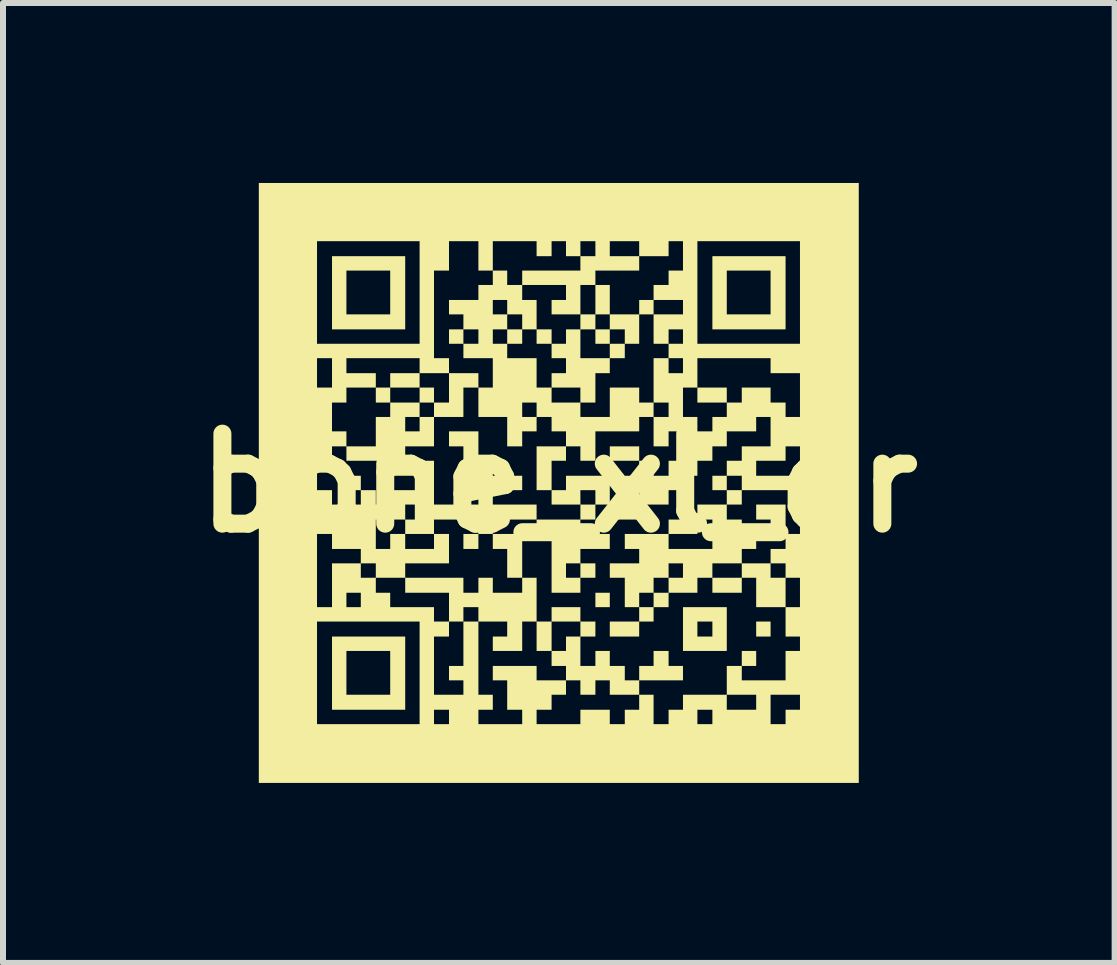
<source format=kicad_pcb>
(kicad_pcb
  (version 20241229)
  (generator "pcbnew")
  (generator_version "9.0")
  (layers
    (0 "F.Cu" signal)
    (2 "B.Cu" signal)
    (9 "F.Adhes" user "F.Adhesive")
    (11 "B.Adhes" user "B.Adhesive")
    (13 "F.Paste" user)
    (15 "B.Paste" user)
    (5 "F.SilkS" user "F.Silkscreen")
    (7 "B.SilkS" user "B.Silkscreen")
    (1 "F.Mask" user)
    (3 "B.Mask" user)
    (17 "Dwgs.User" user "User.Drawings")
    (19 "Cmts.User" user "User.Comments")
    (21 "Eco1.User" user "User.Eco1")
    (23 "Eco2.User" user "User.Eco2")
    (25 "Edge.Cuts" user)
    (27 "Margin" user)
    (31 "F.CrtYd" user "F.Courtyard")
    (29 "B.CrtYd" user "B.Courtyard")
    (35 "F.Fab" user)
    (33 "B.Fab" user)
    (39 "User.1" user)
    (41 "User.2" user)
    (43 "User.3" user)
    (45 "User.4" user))
  (footprint "bone_xl_qr"
    (layer "F.Cu")
    (at 6.264 5)
    (property "Reference" "bone_xl_qr" (at 0 0 0) (layer "F.SilkS") (effects (font (size 1.5 1.5) (thickness 0.3))))
    (attr board_only exclude_from_pos_files exclude_from_bom)
    (fp_poly (pts (xy -3.3 0) (xy -3.3 0.12) (xy -3.42 0.12) (xy -3.54 0.12) (xy -3.54 0) (xy -3.54 -0.12) (xy -3.42 -0.12) (xy -3.3 -0.12)) (stroke (width 0) (type solid)) (fill yes) (layer "F.SilkS"))
    (fp_poly (pts (xy -1.34 0.975) (xy -1.34 1.1) (xy -1.465 1.1) (xy -1.59 1.1) (xy -1.59 0.975) (xy -1.59 0.85) (xy -1.465 0.85) (xy -1.34 0.85)) (stroke (width 0) (type solid)) (fill yes) (layer "F.SilkS"))
    (fp_poly (pts (xy -0.61 -2.44) (xy -0.61 -2.32) (xy -0.735 -2.32) (xy -0.86 -2.32) (xy -0.86 -2.44) (xy -0.86 -2.56) (xy -0.735 -2.56) (xy -0.61 -2.56)) (stroke (width 0) (type solid)) (fill yes) (layer "F.SilkS"))
    (fp_poly (pts (xy 0.85 -2.44) (xy 0.85 -2.32) (xy 0.73 -2.32) (xy 0.61 -2.32) (xy 0.61 -2.44) (xy 0.61 -2.56) (xy 0.73 -2.56) (xy 0.85 -2.56)) (stroke (width 0) (type solid)) (fill yes) (layer "F.SilkS"))
    (fp_poly (pts (xy 0.85 1.95) (xy 0.85 2.07) (xy 0.73 2.07) (xy 0.61 2.07) (xy 0.61 1.95) (xy 0.61 1.83) (xy 0.73 1.83) (xy 0.85 1.83)) (stroke (width 0) (type solid)) (fill yes) (layer "F.SilkS"))
    (fp_poly (pts (xy 1.34 -0.49) (xy 1.34 -0.37) (xy 1.095 -0.37) (xy 0.85 -0.37) (xy 0.85 -0.49) (xy 0.85 -0.61) (xy 1.095 -0.61) (xy 1.34 -0.61)) (stroke (width 0) (type solid)) (fill yes) (layer "F.SilkS"))
    (fp_poly (pts (xy 1.34 0.485) (xy 1.34 0.61) (xy 1.095 0.61) (xy 0.85 0.61) (xy 0.85 0.485) (xy 0.85 0.36) (xy 1.095 0.36) (xy 1.34 0.36)) (stroke (width 0) (type solid)) (fill yes) (layer "F.SilkS"))
    (fp_poly (pts (xy 2.8 -1.465) (xy 2.8 -1.34) (xy 2.555 -1.34) (xy 2.31 -1.34) (xy 2.31 -1.465) (xy 2.31 -1.59) (xy 2.555 -1.59) (xy 2.8 -1.59)) (stroke (width 0) (type solid)) (fill yes) (layer "F.SilkS"))
    (fp_poly (pts (xy 2.8 0) (xy 2.8 0.12) (xy 2.68 0.12) (xy 2.56 0.12) (xy 2.56 0) (xy 2.56 -0.12) (xy 2.68 -0.12) (xy 2.8 -0.12)) (stroke (width 0) (type solid)) (fill yes) (layer "F.SilkS"))
    (fp_poly (pts (xy 3.29 2.925) (xy 3.29 3.05) (xy 3.17 3.05) (xy 3.05 3.05) (xy 3.05 2.925) (xy 3.05 2.8) (xy 3.17 2.8) (xy 3.29 2.8)) (stroke (width 0) (type solid)) (fill yes) (layer "F.SilkS"))
    (fp_poly (pts (xy 3.53 2.435) (xy 3.53 2.56) (xy 3.41 2.56) (xy 3.29 2.56) (xy 3.29 2.435) (xy 3.29 2.31) (xy 3.41 2.31) (xy 3.53 2.31)) (stroke (width 0) (type solid)) (fill yes) (layer "F.SilkS"))
    (fp_poly (pts (xy -0.61 1.215) (xy -0.61 1.58) (xy -0.735 1.58) (xy -0.86 1.58) (xy -0.86 1.34) (xy -0.86 1.1) (xy -0.98 1.1) (xy -1.1 1.1) (xy -1.1 0.975) (xy -1.1 0.85) (xy -0.855 0.85) (xy -0.61 0.85)) (stroke (width 0) (type solid)) (fill yes) (layer "F.SilkS"))
    (fp_poly (pts (xy 3.78 0.605) (xy 3.78 0.85) (xy 3.655 0.85) (xy 3.53 0.85) (xy 3.53 0.73) (xy 3.53 0.61) (xy 3.41 0.61) (xy 3.29 0.61) (xy 3.29 0.485) (xy 3.29 0.36) (xy 3.535 0.36) (xy 3.78 0.36)) (stroke (width 0) (type solid)) (fill yes) (layer "F.SilkS"))
    (fp_poly (pts (xy -2.32 -1.71) (xy -2.32 -1.59) (xy -2.565 -1.59) (xy -2.81 -1.59) (xy -2.81 -1.465) (xy -2.81 -1.34) (xy -2.93 -1.34) (xy -3.05 -1.34) (xy -3.05 -1.465) (xy -3.05 -1.59) (xy -2.93 -1.59) (xy -2.81 -1.59) (xy -2.81 -1.71) (xy -2.81 -1.83) (xy -2.565 -1.83) (xy -2.32 -1.83)) (stroke (width 0) (type solid)) (fill yes) (layer "F.SilkS"))
    (fp_poly (pts (xy 2.8 2.435) (xy 2.8 2.8) (xy 2.435 2.8) (xy 2.07 2.8) (xy 2.07 2.435) (xy 2.31 2.435) (xy 2.31 2.56) (xy 2.435 2.56) (xy 2.56 2.56) (xy 2.56 2.435) (xy 2.56 2.31) (xy 2.435 2.31) (xy 2.31 2.31) (xy 2.31 2.435) (xy 2.07 2.435) (xy 2.07 2.07) (xy 2.435 2.07) (xy 2.8 2.07)) (stroke (width 0) (type solid)) (fill yes) (layer "F.SilkS"))
    (fp_poly (pts (xy -2.56 -3.17) (xy -2.56 -2.56) (xy -3.17 -2.56) (xy -3.78 -2.56) (xy -3.78 -3.17) (xy -3.78 -3.175) (xy -3.54 -3.175) (xy -3.54 -2.81) (xy -3.175 -2.81) (xy -2.81 -2.81) (xy -2.81 -3.175) (xy -2.81 -3.54) (xy -3.175 -3.54) (xy -3.54 -3.54) (xy -3.54 -3.175) (xy -3.78 -3.175) (xy -3.78 -3.78) (xy -3.17 -3.78) (xy -2.56 -3.78)) (stroke (width 0) (type solid)) (fill yes) (layer "F.SilkS"))
    (fp_poly (pts (xy -2.56 3.17) (xy -2.56 3.78) (xy -3.17 3.78) (xy -3.78 3.78) (xy -3.78 3.17) (xy -3.78 3.165) (xy -3.54 3.165) (xy -3.54 3.53) (xy -3.175 3.53) (xy -2.81 3.53) (xy -2.81 3.165) (xy -2.81 2.8) (xy -3.175 2.8) (xy -3.54 2.8) (xy -3.54 3.165) (xy -3.78 3.165) (xy -3.78 2.56) (xy -3.17 2.56) (xy -2.56 2.56)) (stroke (width 0) (type solid)) (fill yes) (layer "F.SilkS"))
    (fp_poly (pts (xy 3.78 -3.17) (xy 3.78 -2.56) (xy 3.17 -2.56) (xy 2.56 -2.56) (xy 2.56 -3.17) (xy 2.56 -3.175) (xy 2.8 -3.175) (xy 2.8 -2.81) (xy 3.165 -2.81) (xy 3.53 -2.81) (xy 3.53 -3.175) (xy 3.53 -3.54) (xy 3.165 -3.54) (xy 2.8 -3.54) (xy 2.8 -3.175) (xy 2.56 -3.175) (xy 2.56 -3.78) (xy 3.17 -3.78) (xy 3.78 -3.78)) (stroke (width 0) (type solid)) (fill yes) (layer "F.SilkS"))
    (fp_poly (pts (xy -1.59 1.705) (xy -1.59 1.83) (xy -1.465 1.83) (xy -1.34 1.83) (xy -1.34 1.705) (xy -1.34 1.58) (xy -1.22 1.58) (xy -1.1 1.58) (xy -1.1 1.705) (xy -1.1 1.83) (xy -0.855 1.83) (xy -0.61 1.83) (xy -0.61 1.705) (xy -0.61 1.58) (xy -0.49 1.58) (xy -0.37 1.58) (xy -0.37 1.945) (xy -0.37 2.31) (xy -0.245 2.31) (xy -0.12 2.31) (xy -0.12 2.19) (xy -0.12 2.07) (xy 0.12 2.07) (xy 0.36 2.07) (xy 0.36 2.19) (xy 0.36 2.31) (xy 0.12 2.31) (xy -0.12 2.31) (xy -0.12 2.555) (xy -0.12 2.8) (xy 0 2.8) (xy 0.12 2.8) (xy 0.12 2.68) (xy 0.12 2.56) (xy 0.24 2.56) (xy 0.36 2.56) (xy 0.36 2.435) (xy 0.36 2.31) (xy 0.485 2.31) (xy 0.61 2.31) (xy 0.61 2.435) (xy 0.61 2.56) (xy 0.485 2.56) (xy 0.36 2.56) (xy 0.36 2.805) (xy 0.36 3.05) (xy 0.485 3.05) (xy 0.61 3.05) (xy 0.61 2.925) (xy 0.61 2.8) (xy 0.73 2.8) (xy 0.85 2.8) (xy 0.85 2.925) (xy 0.85 3.05) (xy 0.975 3.05) (xy 1.1 3.05) (xy 1.1 3.17) (xy 1.1 3.29) (xy 1.22 3.29) (xy 1.34 3.29) (xy 1.34 3.17) (xy 1.34 3.05) (xy 1.46 3.05) (xy 1.58 3.05) (xy 1.58 2.925) (xy 1.58 2.8) (xy 1.705 2.8) (xy 1.83 2.8) (xy 1.83 2.925) (xy 1.83 3.05) (xy 1.95 3.05) (xy 2.07 3.05) (xy 2.07 3.17) (xy 2.07 3.29) (xy 1.705 3.29) (xy 1.34 3.29) (xy 1.34 3.41) (xy 1.34 3.53) (xy 1.095 3.53) (xy 0.85 3.53) (xy 0.85 3.41) (xy 0.85 3.29) (xy 0.73 3.29) (xy 0.61 3.29) (xy 0.61 3.41) (xy 0.61 3.53) (xy 0.485 3.53) (xy 0.36 3.53) (xy 0.36 3.41) (xy 0.36 3.29) (xy 0.24 3.29) (xy 0.12 3.29) (xy 0.12 3.17) (xy 0.12 3.05) (xy 0 3.05) (xy -0.12 3.05) (xy -0.12 2.925) (xy -0.12 2.8) (xy -0.245 2.8) (xy -0.37 2.8) (xy -0.37 2.555) (xy -0.37 2.31) (xy -0.49 2.31) (xy -0.61 2.31) (xy -0.61 2.555) (xy -0.61 2.8) (xy -0.855 2.8) (xy -1.1 2.8) (xy -1.1 2.68) (xy -1.1 2.56) (xy -0.98 2.56) (xy -0.86 2.56) (xy -0.86 2.435) (xy -0.86 2.31) (xy -1.1 2.31) (xy -1.34 2.31) (xy -1.34 2.19) (xy -1.34 2.07) (xy -1.465 2.07) (xy -1.59 2.07) (xy -1.59 2.19) (xy -1.59 2.31) (xy -1.71 2.31) (xy -1.83 2.31) (xy -1.83 2.07) (xy -1.83 1.83) (xy -2.195 1.83) (xy -2.56 1.83) (xy -2.56 1.705) (xy -2.56 1.58) (xy -2.075 1.58) (xy -1.59 1.58)) (stroke (width 0) (type solid)) (fill yes) (layer "F.SilkS"))
    (fp_poly (pts (xy 3.05 0.24) (xy 3.05 0.36) (xy 2.925 0.36) (xy 2.8 0.36) (xy 2.8 0.485) (xy 2.8 0.61) (xy 2.925 0.61) (xy 3.05 0.61) (xy 3.05 0.73) (xy 3.05 0.85) (xy 3.17 0.85) (xy 3.29 0.85) (xy 3.29 0.975) (xy 3.29 1.1) (xy 3.17 1.1) (xy 3.05 1.1) (xy 3.05 1.22) (xy 3.05 1.34) (xy 2.805 1.34) (xy 2.56 1.34) (xy 2.56 1.46) (xy 2.56 1.58) (xy 2.805 1.58) (xy 3.05 1.58) (xy 3.05 1.46) (xy 3.05 1.34) (xy 3.29 1.34) (xy 3.53 1.34) (xy 3.53 1.46) (xy 3.53 1.58) (xy 3.655 1.58) (xy 3.78 1.58) (xy 3.78 1.825) (xy 3.78 2.07) (xy 3.535 2.07) (xy 3.29 2.07) (xy 3.29 1.825) (xy 3.29 1.58) (xy 3.17 1.58) (xy 3.05 1.58) (xy 3.05 1.705) (xy 3.05 1.83) (xy 2.805 1.83) (xy 2.56 1.83) (xy 2.56 1.705) (xy 2.56 1.58) (xy 2.435 1.58) (xy 2.31 1.58) (xy 2.31 1.705) (xy 2.31 1.83) (xy 2.07 1.83) (xy 1.83 1.83) (xy 1.83 1.95) (xy 1.83 2.07) (xy 1.705 2.07) (xy 1.58 2.07) (xy 1.58 2.19) (xy 1.58 2.31) (xy 1.46 2.31) (xy 1.34 2.31) (xy 1.34 2.435) (xy 1.34 2.56) (xy 1.095 2.56) (xy 0.85 2.56) (xy 0.85 2.435) (xy 0.85 2.31) (xy 1.095 2.31) (xy 1.34 2.31) (xy 1.34 2.19) (xy 1.34 2.07) (xy 1.22 2.07) (xy 1.1 2.07) (xy 1.1 1.83) (xy 1.34 1.83) (xy 1.34 1.95) (xy 1.34 2.07) (xy 1.46 2.07) (xy 1.58 2.07) (xy 1.58 1.95) (xy 1.58 1.83) (xy 1.705 1.83) (xy 1.83 1.83) (xy 1.83 1.705) (xy 1.83 1.58) (xy 1.95 1.58) (xy 2.07 1.58) (xy 2.07 1.46) (xy 2.07 1.34) (xy 1.95 1.34) (xy 1.83 1.34) (xy 1.83 1.46) (xy 1.83 1.58) (xy 1.705 1.58) (xy 1.58 1.58) (xy 1.58 1.705) (xy 1.58 1.83) (xy 1.46 1.83) (xy 1.34 1.83) (xy 1.1 1.83) (xy 1.1 1.825) (xy 1.1 1.58) (xy 0.975 1.58) (xy 0.85 1.58) (xy 0.85 1.46) (xy 0.85 1.34) (xy 1.095 1.34) (xy 1.34 1.34) (xy 1.34 1.22) (xy 1.34 1.1) (xy 1.22 1.1) (xy 1.1 1.1) (xy 1.1 0.975) (xy 1.1 0.85) (xy 1.465 0.85) (xy 1.83 0.85) (xy 1.83 0.975) (xy 1.83 1.1) (xy 2.195 1.1) (xy 2.56 1.1) (xy 2.56 0.855) (xy 2.56 0.61) (xy 2.435 0.61) (xy 2.31 0.61) (xy 2.31 0.73) (xy 2.31 0.85) (xy 2.07 0.85) (xy 1.83 0.85) (xy 1.83 0.73) (xy 1.83 0.61) (xy 2.07 0.61) (xy 2.31 0.61) (xy 2.31 0.485) (xy 2.31 0.36) (xy 2.555 0.36) (xy 2.8 0.36) (xy 2.8 0.24) (xy 2.8 0.12) (xy 2.925 0.12) (xy 3.05 0.12)) (stroke (width 0) (type solid)) (fill yes) (layer "F.SilkS"))
    (fp_poly (pts (xy -0.86 -3.42) (xy -0.86 -3.3) (xy -0.735 -3.3) (xy -0.61 -3.3) (xy -0.61 -3.175) (xy -0.61 -3.05) (xy -0.49 -3.05) (xy -0.37 -3.05) (xy -0.37 -2.805) (xy -0.37 -2.56) (xy -0.49 -2.56) (xy -0.61 -2.56) (xy -0.61 -2.685) (xy -0.61 -2.81) (xy -0.735 -2.81) (xy -0.86 -2.81) (xy -0.86 -2.685) (xy -0.86 -2.56) (xy -0.98 -2.56) (xy -1.1 -2.56) (xy -1.1 -2.44) (xy -1.1 -2.32) (xy -0.98 -2.32) (xy -0.86 -2.32) (xy -0.86 -2.2) (xy -0.86 -2.08) (xy -0.615 -2.08) (xy -0.37 -2.08) (xy -0.37 -1.835) (xy -0.37 -1.59) (xy -0.245 -1.59) (xy -0.12 -1.59) (xy -0.12 -1.71) (xy -0.12 -1.83) (xy 0 -1.83) (xy 0.12 -1.83) (xy 0.12 -1.955) (xy 0.12 -2.08) (xy 0 -2.08) (xy -0.12 -2.08) (xy -0.12 -2.2) (xy -0.12 -2.32) (xy -0.245 -2.32) (xy -0.37 -2.32) (xy -0.37 -2.44) (xy -0.37 -2.56) (xy -0.245 -2.56) (xy -0.12 -2.56) (xy -0.12 -2.44) (xy -0.12 -2.32) (xy 0 -2.32) (xy 0.12 -2.32) (xy 0.12 -2.44) (xy 0.12 -2.56) (xy 0.24 -2.56) (xy 0.36 -2.56) (xy 0.36 -2.32) (xy 0.36 -2.08) (xy 0.605 -2.08) (xy 0.85 -2.08) (xy 0.85 -2.2) (xy 0.85 -2.32) (xy 0.975 -2.32) (xy 1.1 -2.32) (xy 1.1 -2.44) (xy 1.1 -2.56) (xy 0.975 -2.56) (xy 0.85 -2.56) (xy 0.85 -2.685) (xy 0.85 -2.81) (xy 0.73 -2.81) (xy 0.61 -2.81) (xy 0.61 -2.685) (xy 0.61 -2.56) (xy 0.485 -2.56) (xy 0.36 -2.56) (xy 0.36 -2.685) (xy 0.36 -2.81) (xy 0.485 -2.81) (xy 0.61 -2.81) (xy 0.61 -3.055) (xy 0.61 -3.3) (xy 0.73 -3.3) (xy 0.85 -3.3) (xy 0.85 -3.055) (xy 0.85 -2.81) (xy 1.095 -2.81) (xy 1.34 -2.81) (xy 1.34 -2.93) (xy 1.34 -3.05) (xy 1.46 -3.05) (xy 1.58 -3.05) (xy 1.58 -2.93) (xy 1.58 -2.81) (xy 1.46 -2.81) (xy 1.34 -2.81) (xy 1.34 -2.565) (xy 1.34 -2.32) (xy 1.22 -2.32) (xy 1.1 -2.32) (xy 1.1 -2.2) (xy 1.1 -2.08) (xy 0.975 -2.08) (xy 0.85 -2.08) (xy 0.85 -1.955) (xy 0.85 -1.83) (xy 0.73 -1.83) (xy 0.61 -1.83) (xy 0.61 -1.585) (xy 0.61 -1.34) (xy 0.485 -1.34) (xy 0.36 -1.34) (xy 0.36 -1.22) (xy 0.36 -1.1) (xy 0.605 -1.1) (xy 0.85 -1.1) (xy 0.85 -1.345) (xy 0.85 -1.59) (xy 1.095 -1.59) (xy 1.34 -1.59) (xy 1.34 -1.465) (xy 1.34 -1.34) (xy 1.46 -1.34) (xy 1.58 -1.34) (xy 1.58 -1.22) (xy 1.58 -1.1) (xy 1.46 -1.1) (xy 1.34 -1.1) (xy 1.34 -0.98) (xy 1.34 -0.86) (xy 0.975 -0.86) (xy 0.61 -0.86) (xy 0.61 -0.615) (xy 0.61 -0.37) (xy 0.485 -0.37) (xy 0.36 -0.37) (xy 0.36 -0.49) (xy 0.36 -0.61) (xy 0.24 -0.61) (xy 0.12 -0.61) (xy 0.12 -0.49) (xy 0.12 -0.37) (xy 0 -0.37) (xy -0.12 -0.37) (xy -0.12 -0.125) (xy -0.12 0.12) (xy 0 0.12) (xy 0.12 0.12) (xy 0.12 0) (xy 0.12 -0.12) (xy 0.485 -0.12) (xy 0.85 -0.12) (xy 0.85 0.12) (xy 0.85 0.36) (xy 0.73 0.36) (xy 0.61 0.36) (xy 0.61 0.485) (xy 0.61 0.61) (xy 0.485 0.61) (xy 0.36 0.61) (xy 0.36 0.73) (xy 0.36 0.85) (xy 0.605 0.85) (xy 0.85 0.85) (xy 0.85 0.975) (xy 0.85 1.1) (xy 0.605 1.1) (xy 0.36 1.1) (xy 0.36 1.22) (xy 0.36 1.34) (xy 0.24 1.34) (xy 0.12 1.34) (xy 0.12 1.46) (xy 0.12 1.58) (xy 0.24 1.58) (xy 0.36 1.58) (xy 0.36 1.46) (xy 0.36 1.34) (xy 0.485 1.34) (xy 0.61 1.34) (xy 0.61 1.46) (xy 0.61 1.58) (xy 0.485 1.58) (xy 0.36 1.58) (xy 0.36 1.705) (xy 0.36 1.83) (xy 0.12 1.83) (xy -0.12 1.83) (xy -0.12 1.34) (xy -0.12 0.85) (xy -0.245 0.85) (xy -0.37 0.85) (xy -0.37 0.73) (xy -0.37 0.61) (xy -0.005 0.61) (xy 0.36 0.61) (xy 0.36 0.485) (xy 0.36 0.36) (xy 0.12 0.36) (xy -0.12 0.36) (xy -0.12 0.24) (xy 0.36 0.24) (xy 0.36 0.36) (xy 0.485 0.36) (xy 0.61 0.36) (xy 0.61 0.24) (xy 0.61 0.12) (xy 0.485 0.12) (xy 0.36 0.12) (xy 0.36 0.24) (xy -0.12 0.24) (xy -0.12 0.12) (xy -0.245 0.12) (xy -0.37 0.12) (xy -0.37 -0.245) (xy -0.37 -0.61) (xy -0.125 -0.61) (xy 0.12 -0.61) (xy 0.12 -0.735) (xy 0.12 -0.86) (xy 0 -0.86) (xy -0.12 -0.86) (xy -0.12 -0.98) (xy -0.12 -1.1) (xy -0.245 -1.1) (xy -0.37 -1.1) (xy -0.37 -0.98) (xy -0.37 -0.86) (xy -0.49 -0.86) (xy -0.61 -0.86) (xy -0.61 -0.735) (xy -0.61 -0.61) (xy -0.735 -0.61) (xy -0.86 -0.61) (xy -0.86 -0.855) (xy -0.86 -1.1) (xy -1.1 -1.1) (xy -1.34 -1.1) (xy -1.34 -1.22) (xy -0.61 -1.22) (xy -0.61 -1.1) (xy -0.49 -1.1) (xy -0.37 -1.1) (xy -0.37 -1.22) (xy -0.37 -1.34) (xy -0.49 -1.34) (xy -0.61 -1.34) (xy -0.61 -1.22) (xy -1.34 -1.22) (xy -1.34 -1.345) (xy -1.34 -1.465) (xy -0.12 -1.465) (xy -0.12 -1.34) (xy 0.12 -1.34) (xy 0.36 -1.34) (xy 0.36 -1.465) (xy 0.36 -1.59) (xy 0.12 -1.59) (xy -0.12 -1.59) (xy -0.12 -1.465) (xy -1.34 -1.465) (xy -1.34 -1.59) (xy -1.465 -1.59) (xy -1.59 -1.59) (xy -1.59 -1.345) (xy -1.59 -1.1) (xy -1.835 -1.1) (xy -2.08 -1.1) (xy -2.08 -1.22) (xy -2.08 -1.34) (xy -2.2 -1.34) (xy -2.32 -1.34) (xy -2.32 -1.465) (xy -2.32 -1.59) (xy -2.2 -1.59) (xy -2.08 -1.59) (xy -2.08 -1.465) (xy -2.08 -1.34) (xy -1.955 -1.34) (xy -1.83 -1.34) (xy -1.83 -1.585) (xy -1.83 -1.83) (xy -1.585 -1.83) (xy -1.34 -1.83) (xy -1.34 -1.71) (xy -1.34 -1.59) (xy -1.22 -1.59) (xy -1.1 -1.59) (xy -1.1 -1.835) (xy -1.1 -2.08) (xy -1.345 -2.08) (xy -1.59 -2.08) (xy -1.59 -2.2) (xy -1.59 -2.32) (xy -1.71 -2.32) (xy -1.83 -2.32) (xy -1.83 -2.44) (xy -1.59 -2.44) (xy -1.59 -2.32) (xy -1.465 -2.32) (xy -1.34 -2.32) (xy -1.34 -2.44) (xy -1.34 -2.56) (xy -1.465 -2.56) (xy -1.59 -2.56) (xy -1.59 -2.44) (xy -1.83 -2.44) (xy -1.83 -2.56) (xy -1.71 -2.56) (xy -1.59 -2.56) (xy -1.59 -2.685) (xy -1.59 -2.81) (xy -1.71 -2.81) (xy -1.83 -2.81) (xy -1.83 -2.93) (xy -1.1 -2.93) (xy -1.1 -2.81) (xy -0.98 -2.81) (xy -0.86 -2.81) (xy -0.86 -2.93) (xy -0.86 -3.05) (xy -0.98 -3.05) (xy -1.1 -3.05) (xy -1.1 -2.93) (xy -1.83 -2.93) (xy -1.83 -3.05) (xy -1.585 -3.05) (xy -1.34 -3.05) (xy -1.34 -3.175) (xy -1.34 -3.3) (xy -1.22 -3.3) (xy -1.1 -3.3) (xy -1.1 -3.42) (xy -1.1 -3.54) (xy -0.98 -3.54) (xy -0.86 -3.54)) (stroke (width 0) (type solid)) (fill yes) (layer "F.SilkS"))
    (fp_poly (pts (xy 5 0) (xy 5 5) (xy 0 5) (xy -5 5) (xy -5 3.165) (xy -4.03 3.165) (xy -4.03 4.02) (xy -3.175 4.02) (xy -2.32 4.02) (xy -2.32 3.9) (xy -2.08 3.9) (xy -2.08 4.02) (xy -1.955 4.02) (xy -1.83 4.02) (xy -1.83 3.9) (xy -1.83 3.78) (xy -1.955 3.78) (xy -2.08 3.78) (xy -2.08 3.9) (xy -2.32 3.9) (xy -2.32 3.165) (xy -2.32 2.31) (xy -3.175 2.31) (xy -4.03 2.31) (xy -4.03 3.165) (xy -5 3.165) (xy -5 1.46) (xy -4.03 1.46) (xy -4.03 2.07) (xy -3.905 2.07) (xy -3.78 2.07) (xy -3.78 1.95) (xy -3.54 1.95) (xy -3.54 2.07) (xy -3.42 2.07) (xy -3.3 2.07) (xy -3.3 1.95) (xy -3.3 1.83) (xy -3.42 1.83) (xy -3.54 1.83) (xy -3.54 1.95) (xy -3.78 1.95) (xy -3.78 1.705) (xy -3.78 1.34) (xy -3.54 1.34) (xy -3.3 1.34) (xy -3.3 1.22) (xy -3.3 1.1) (xy -3.54 1.1) (xy -3.78 1.1) (xy -3.78 0.975) (xy -3.78 0.85) (xy -3.905 0.85) (xy -4.03 0.85) (xy -4.03 1.46) (xy -5 1.46) (xy -5 0) (xy -5 -0.37) (xy -4.03 -0.37) (xy -4.03 -0.125) (xy -4.03 0.12) (xy -3.905 0.12) (xy -3.78 0.12) (xy -3.78 0.24) (xy -3.78 0.36) (xy -3.54 0.36) (xy -3.3 0.36) (xy -3.3 0.24) (xy -3.3 0.12) (xy -3.175 0.12) (xy -3.05 0.12) (xy -3.05 0.24) (xy -3.05 0.36) (xy -2.93 0.36) (xy -2.81 0.36) (xy -2.81 0.24) (xy -2.81 0.12) (xy -2.565 0.12) (xy -2.32 0.12) (xy -2.32 0) (xy -2.32 -0.12) (xy -2.565 -0.12) (xy -2.81 -0.12) (xy -2.81 -0.245) (xy -2.81 -0.37) (xy -3.175 -0.37) (xy -3.54 -0.37) (xy -3.54 -0.49) (xy -3.54 -0.61) (xy -3.295 -0.61) (xy -3.05 -0.61) (xy -3.05 -0.855) (xy -3.05 -1.1) (xy -2.93 -1.1) (xy -2.81 -1.1) (xy -2.81 -1.22) (xy -2.81 -1.34) (xy -2.565 -1.34) (xy -2.32 -1.34) (xy -2.32 -1.22) (xy -2.32 -1.1) (xy -2.44 -1.1) (xy -2.56 -1.1) (xy -2.56 -0.98) (xy -2.56 -0.86) (xy -2.44 -0.86) (xy -2.32 -0.86) (xy -2.32 -0.98) (xy -2.32 -1.1) (xy -2.2 -1.1) (xy -2.08 -1.1) (xy -2.08 -0.855) (xy -2.08 -0.61) (xy -2.32 -0.61) (xy -2.56 -0.61) (xy -2.56 -0.49) (xy -2.56 -0.37) (xy -2.32 -0.37) (xy -2.08 -0.37) (xy -2.08 -0.005) (xy -2.08 0.36) (xy -1.71 0.36) (xy -1.34 0.36) (xy -1.34 0.24) (xy -1.34 0.12) (xy -1.465 0.12) (xy -1.59 0.12) (xy -1.59 -0.245) (xy -1.59 -0.61) (xy -1.71 -0.61) (xy -1.83 -0.61) (xy -1.83 -0.735) (xy -1.83 -0.86) (xy -1.585 -0.86) (xy -1.34 -0.86) (xy -1.34 -0.615) (xy -1.34 -0.37) (xy -1.22 -0.37) (xy -1.1 -0.37) (xy -1.1 -0.245) (xy -1.1 -0.12) (xy -0.855 -0.12) (xy -0.61 -0.12) (xy -0.61 0) (xy -0.61 0.12) (xy -0.855 0.12) (xy -1.1 0.12) (xy -1.1 0.24) (xy -1.1 0.36) (xy -0.735 0.36) (xy -0.37 0.36) (xy -0.37 0.485) (xy -0.37 0.61) (xy -0.735 0.61) (xy -1.1 0.61) (xy -1.1 0.73) (xy -1.1 0.85) (xy -1.22 0.85) (xy -1.34 0.85) (xy -1.34 0.73) (xy -1.34 0.61) (xy -1.71 0.61) (xy -2.08 0.61) (xy -2.08 0.73) (xy -2.08 0.85) (xy -2.32 0.85) (xy -2.56 0.85) (xy -2.56 0.73) (xy -2.56 0.61) (xy -2.44 0.61) (xy -2.32 0.61) (xy -2.32 0.485) (xy -2.32 0.36) (xy -2.44 0.36) (xy -2.56 0.36) (xy -2.56 0.485) (xy -2.56 0.61) (xy -2.805 0.61) (xy -3.05 0.61) (xy -3.05 0.855) (xy -3.05 1.1) (xy -2.93 1.1) (xy -2.81 1.1) (xy -2.81 0.975) (xy -2.81 0.85) (xy -2.685 0.85) (xy -2.56 0.85) (xy -2.56 0.975) (xy -2.56 1.1) (xy -2.32 1.1) (xy -2.08 1.1) (xy -2.08 0.975) (xy -2.08 0.85) (xy -1.955 0.85) (xy -1.83 0.85) (xy -1.83 1.095) (xy -1.83 1.34) (xy -2.195 1.34) (xy -2.56 1.34) (xy -2.56 1.46) (xy -2.56 1.58) (xy -2.805 1.58) (xy -3.05 1.58) (xy -3.05 1.46) (xy -3.05 1.34) (xy -3.175 1.34) (xy -3.3 1.34) (xy -3.3 1.46) (xy -3.3 1.58) (xy -3.175 1.58) (xy -3.05 1.58) (xy -3.05 1.705) (xy -3.05 1.83) (xy -2.93 1.83) (xy -2.81 1.83) (xy -2.81 1.95) (xy -2.81 2.07) (xy -2.445 2.07) (xy -2.08 2.07) (xy -2.08 2.19) (xy -2.08 2.31) (xy -1.955 2.31) (xy -1.83 2.31) (xy -1.83 2.435) (xy -1.83 2.56) (xy -1.955 2.56) (xy -2.08 2.56) (xy -2.08 3.045) (xy -2.08 3.53) (xy -1.835 3.53) (xy -1.59 3.53) (xy -1.59 3.41) (xy -1.59 3.29) (xy -1.71 3.29) (xy -1.83 3.29) (xy -1.83 3.17) (xy -1.83 3.05) (xy -1.71 3.05) (xy -1.59 3.05) (xy -1.59 2.68) (xy -1.59 2.31) (xy -1.465 2.31) (xy -1.34 2.31) (xy -1.34 2.92) (xy -1.34 3.53) (xy -1.22 3.53) (xy -1.1 3.53) (xy -1.1 3.655) (xy -1.1 3.78) (xy -1.22 3.78) (xy -1.34 3.78) (xy -1.34 3.9) (xy -1.34 4.02) (xy -0.975 4.02) (xy -0.61 4.02) (xy -0.61 3.9) (xy -0.61 3.78) (xy -0.735 3.78) (xy -0.86 3.78) (xy -0.86 3.535) (xy -0.86 3.29) (xy -0.98 3.29) (xy -1.1 3.29) (xy -1.1 3.17) (xy -1.1 3.05) (xy -0.735 3.05) (xy -0.37 3.05) (xy -0.37 3.17) (xy -0.37 3.29) (xy -0.125 3.29) (xy 0.12 3.29) (xy 0.12 3.41) (xy 0.12 3.53) (xy 0 3.53) (xy -0.12 3.53) (xy -0.12 3.655) (xy -0.12 3.78) (xy -0.245 3.78) (xy -0.37 3.78) (xy -0.37 3.9) (xy -0.37 4.02) (xy -0.005 4.02) (xy 0.36 4.02) (xy 0.36 3.9) (xy 0.36 3.78) (xy 0.605 3.78) (xy 0.85 3.78) (xy 0.85 3.9) (xy 0.85 4.02) (xy 0.975 4.02) (xy 1.1 4.02) (xy 1.1 3.9) (xy 1.1 3.78) (xy 1.22 3.78) (xy 1.34 3.78) (xy 1.34 3.655) (xy 1.34 3.53) (xy 1.46 3.53) (xy 1.58 3.53) (xy 1.58 3.775) (xy 1.58 4.02) (xy 1.705 4.02) (xy 1.83 4.02) (xy 1.83 3.9) (xy 2.31 3.9) (xy 2.31 4.02) (xy 2.435 4.02) (xy 2.56 4.02) (xy 2.56 3.9) (xy 2.56 3.78) (xy 2.435 3.78) (xy 2.31 3.78) (xy 2.31 3.9) (xy 1.83 3.9) (xy 1.83 3.78) (xy 1.95 3.78) (xy 2.07 3.78) (xy 2.07 3.655) (xy 2.8 3.655) (xy 2.8 3.78) (xy 3.045 3.78) (xy 3.29 3.78) (xy 3.29 3.775) (xy 3.53 3.775) (xy 3.53 4.02) (xy 3.655 4.02) (xy 3.78 4.02) (xy 3.78 3.9) (xy 3.78 3.78) (xy 3.9 3.78) (xy 4.02 3.78) (xy 4.02 3.655) (xy 4.02 3.53) (xy 3.775 3.53) (xy 3.53 3.53) (xy 3.53 3.775) (xy 3.29 3.775) (xy 3.29 3.655) (xy 3.29 3.53) (xy 3.045 3.53) (xy 2.8 3.53) (xy 2.8 3.655) (xy 2.07 3.655) (xy 2.07 3.53) (xy 2.435 3.53) (xy 2.8 3.53) (xy 2.8 3.29) (xy 2.8 3.05) (xy 2.925 3.05) (xy 3.05 3.05) (xy 3.05 3.17) (xy 3.05 3.29) (xy 3.415 3.29) (xy 3.78 3.29) (xy 3.78 3.045) (xy 3.78 2.8) (xy 3.9 2.8) (xy 4.02 2.8) (xy 4.02 2.68) (xy 4.02 2.56) (xy 3.9 2.56) (xy 3.78 2.56) (xy 3.78 2.315) (xy 3.78 2.07) (xy 3.9 2.07) (xy 4.02 2.07) (xy 4.02 1.825) (xy 4.02 1.58) (xy 3.9 1.58) (xy 3.78 1.58) (xy 3.78 1.46) (xy 3.78 1.34) (xy 3.655 1.34) (xy 3.53 1.34) (xy 3.53 1.22) (xy 3.53 1.1) (xy 3.655 1.1) (xy 3.78 1.1) (xy 3.78 0.975) (xy 3.78 0.85) (xy 3.9 0.85) (xy 4.02 0.85) (xy 4.02 0.485) (xy 4.02 0.12) (xy 3.535 0.12) (xy 3.05 0.12) (xy 3.05 0) (xy 3.05 -0.12) (xy 2.925 -0.12) (xy 2.8 -0.12) (xy 2.8 -0.245) (xy 2.8 -0.37) (xy 2.925 -0.37) (xy 3.05 -0.37) (xy 3.29 -0.37) (xy 3.29 -0.245) (xy 3.29 -0.12) (xy 3.655 -0.12) (xy 4.02 -0.12) (xy 4.02 -0.365) (xy 4.02 -0.61) (xy 3.9 -0.61) (xy 3.78 -0.61) (xy 3.78 -0.49) (xy 3.78 -0.37) (xy 3.535 -0.37) (xy 3.29 -0.37) (xy 3.05 -0.37) (xy 3.05 -0.49) (xy 3.05 -0.61) (xy 3.29 -0.61) (xy 3.53 -0.61) (xy 3.53 -0.855) (xy 3.53 -1.1) (xy 3.41 -1.1) (xy 3.29 -1.1) (xy 3.29 -0.98) (xy 3.29 -0.86) (xy 3.045 -0.86) (xy 2.8 -0.86) (xy 2.8 -0.735) (xy 2.8 -0.61) (xy 2.68 -0.61) (xy 2.56 -0.61) (xy 2.56 -0.49) (xy 2.56 -0.37) (xy 2.435 -0.37) (xy 2.31 -0.37) (xy 2.31 -0.245) (xy 2.31 -0.12) (xy 2.19 -0.12) (xy 2.07 -0.12) (xy 2.07 0) (xy 2.07 0.12) (xy 1.95 0.12) (xy 1.83 0.12) (xy 1.83 0.24) (xy 1.83 0.36) (xy 1.585 0.36) (xy 1.34 0.36) (xy 1.34 0.24) (xy 1.34 0.12) (xy 1.22 0.12) (xy 1.1 0.12) (xy 1.1 0) (xy 1.1 -0.12) (xy 1.22 -0.12) (xy 1.34 -0.12) (xy 1.34 -0.245) (xy 1.34 -0.37) (xy 1.46 -0.37) (xy 1.58 -0.37) (xy 1.58 -0.245) (xy 1.58 -0.12) (xy 1.705 -0.12) (xy 1.83 -0.12) (xy 1.83 -0.245) (xy 1.83 -0.37) (xy 1.95 -0.37) (xy 2.07 -0.37) (xy 2.07 -0.615) (xy 2.07 -0.86) (xy 1.95 -0.86) (xy 1.83 -0.86) (xy 1.83 -0.735) (xy 1.83 -0.61) (xy 1.705 -0.61) (xy 1.58 -0.61) (xy 1.58 -0.855) (xy 1.58 -1.1) (xy 1.705 -1.1) (xy 1.83 -1.1) (xy 1.83 -1.22) (xy 1.83 -1.34) (xy 1.705 -1.34) (xy 1.58 -1.34) (xy 1.58 -1.59) (xy 2.07 -1.59) (xy 2.07 -1.345) (xy 2.07 -1.1) (xy 2.19 -1.1) (xy 2.31 -1.1) (xy 2.31 -0.98) (xy 2.31 -0.86) (xy 2.435 -0.86) (xy 2.56 -0.86) (xy 2.56 -0.98) (xy 2.56 -1.1) (xy 2.68 -1.1) (xy 2.8 -1.1) (xy 2.8 -1.22) (xy 2.8 -1.34) (xy 2.925 -1.34) (xy 3.05 -1.34) (xy 3.05 -1.465) (xy 3.05 -1.59) (xy 3.29 -1.59) (xy 3.53 -1.59) (xy 3.53 -1.465) (xy 3.53 -1.34) (xy 3.655 -1.34) (xy 3.78 -1.34) (xy 3.78 -1.22) (xy 3.78 -1.1) (xy 3.9 -1.1) (xy 4.02 -1.1) (xy 4.02 -1.465) (xy 4.02 -1.83) (xy 3.775 -1.83) (xy 3.53 -1.83) (xy 3.53 -1.955) (xy 3.53 -2.08) (xy 2.92 -2.08) (xy 2.31 -2.08) (xy 2.31 -1.835) (xy 2.31 -1.59) (xy 2.19 -1.59) (xy 2.07 -1.59) (xy 1.58 -1.59) (xy 1.58 -1.71) (xy 1.58 -1.955) (xy 1.83 -1.955) (xy 1.83 -1.83) (xy 1.95 -1.83) (xy 2.07 -1.83) (xy 2.07 -1.955) (xy 2.07 -2.08) (xy 1.95 -2.08) (xy 1.83 -2.08) (xy 1.83 -1.955) (xy 1.58 -1.955) (xy 1.58 -2.08) (xy 1.705 -2.08) (xy 1.83 -2.08) (xy 1.83 -2.2) (xy 1.83 -2.32) (xy 1.95 -2.32) (xy 2.07 -2.32) (xy 2.07 -2.44) (xy 2.07 -2.56) (xy 1.95 -2.56) (xy 1.83 -2.56) (xy 1.83 -2.44) (xy 1.83 -2.32) (xy 1.705 -2.32) (xy 1.58 -2.32) (xy 1.58 -2.565) (xy 1.58 -2.81) (xy 1.825 -2.81) (xy 2.07 -2.81) (xy 2.07 -2.93) (xy 2.07 -3.05) (xy 1.825 -3.05) (xy 1.58 -3.05) (xy 1.58 -3.175) (xy 2.31 -3.175) (xy 2.31 -2.32) (xy 3.165 -2.32) (xy 4.02 -2.32) (xy 4.02 -3.175) (xy 4.02 -4.03) (xy 3.165 -4.03) (xy 2.31 -4.03) (xy 2.31 -3.175) (xy 1.58 -3.175) (xy 1.58 -3.3) (xy 1.705 -3.3) (xy 1.83 -3.3) (xy 1.83 -3.42) (xy 1.83 -3.54) (xy 1.95 -3.54) (xy 2.07 -3.54) (xy 2.07 -3.785) (xy 2.07 -4.03) (xy 1.95 -4.03) (xy 1.83 -4.03) (xy 1.83 -3.905) (xy 1.83 -3.78) (xy 1.585 -3.78) (xy 1.34 -3.78) (xy 1.34 -3.905) (xy 1.34 -4.03) (xy 1.095 -4.03) (xy 0.85 -4.03) (xy 0.85 -3.905) (xy 0.85 -3.78) (xy 1.095 -3.78) (xy 1.34 -3.78) (xy 1.34 -3.66) (xy 1.34 -3.54) (xy 0.975 -3.54) (xy 0.61 -3.54) (xy 0.61 -3.42) (xy 0.61 -3.3) (xy 0.485 -3.3) (xy 0.36 -3.3) (xy 0.36 -3.055) (xy 0.36 -2.81) (xy 0.12 -2.81) (xy -0.12 -2.81) (xy -0.12 -2.93) (xy -0.12 -3.05) (xy 0 -3.05) (xy 0.12 -3.05) (xy 0.12 -3.175) (xy 0.12 -3.3) (xy -0.245 -3.3) (xy -0.61 -3.3) (xy -0.61 -3.42) (xy -0.61 -3.54) (xy -0.125 -3.54) (xy 0.36 -3.54) (xy 0.36 -3.66) (xy 0.36 -3.78) (xy 0.485 -3.78) (xy 0.61 -3.78) (xy 0.61 -3.905) (xy 0.61 -4.03) (xy 0.485 -4.03) (xy 0.36 -4.03) (xy 0.36 -3.905) (xy 0.36 -3.78) (xy 0.24 -3.78) (xy 0.12 -3.78) (xy 0.12 -3.905) (xy 0.12 -4.03) (xy 0 -4.03) (xy -0.12 -4.03) (xy -0.12 -3.905) (xy -0.12 -3.78) (xy -0.245 -3.78) (xy -0.37 -3.78) (xy -0.37 -3.905) (xy -0.37 -4.03) (xy -0.735 -4.03) (xy -1.1 -4.03) (xy -1.1 -3.785) (xy -1.1 -3.54) (xy -1.22 -3.54) (xy -1.34 -3.54) (xy -1.34 -3.785) (xy -1.34 -4.03) (xy -1.585 -4.03) (xy -1.83 -4.03) (xy -1.83 -3.785) (xy -1.83 -3.54) (xy -1.955 -3.54) (xy -2.08 -3.54) (xy -2.08 -2.81) (xy -2.08 -2.08) (xy -1.955 -2.08) (xy -1.83 -2.08) (xy -1.83 -1.955) (xy -1.83 -1.83) (xy -2.075 -1.83) (xy -2.32 -1.83) (xy -2.32 -1.955) (xy -2.32 -2.08) (xy -2.93 -2.08) (xy -3.54 -2.08) (xy -3.54 -1.955) (xy -3.54 -1.83) (xy -3.295 -1.83) (xy -3.05 -1.83) (xy -3.05 -1.71) (xy -3.05 -1.59) (xy -3.295 -1.59) (xy -3.54 -1.59) (xy -3.54 -1.465) (xy -3.54 -1.34) (xy -3.66 -1.34) (xy -3.78 -1.34) (xy -3.78 -1.1) (xy -3.78 -0.86) (xy -3.66 -0.86) (xy -3.54 -0.86) (xy -3.54 -0.735) (xy -3.54 -0.61) (xy -3.66 -0.61) (xy -3.78 -0.61) (xy -3.78 -0.49) (xy -3.78 -0.37) (xy -3.905 -0.37) (xy -4.03 -0.37) (xy -5 -0.37) (xy -5 -1.835) (xy -4.03 -1.835) (xy -4.03 -1.59) (xy -3.905 -1.59) (xy -3.78 -1.59) (xy -3.78 -1.835) (xy -3.78 -2.08) (xy -3.905 -2.08) (xy -4.03 -2.08) (xy -4.03 -1.835) (xy -5 -1.835) (xy -5 -3.175) (xy -4.03 -3.175) (xy -4.03 -2.32) (xy -3.175 -2.32) (xy -2.32 -2.32) (xy -2.32 -3.175) (xy -2.32 -4.03) (xy -3.175 -4.03) (xy -4.03 -4.03) (xy -4.03 -3.175) (xy -5 -3.175) (xy -5 -5) (xy 0 -5) (xy 5 -5)) (stroke (width 0) (type solid)) (fill yes) (layer "F.SilkS")))
  (gr_rect
    (start -3 -3)
    (end 15.529 13)
    (stroke (width 0.1) (type default))
    (fill no)
    (layer "Edge.Cuts")))
</source>
